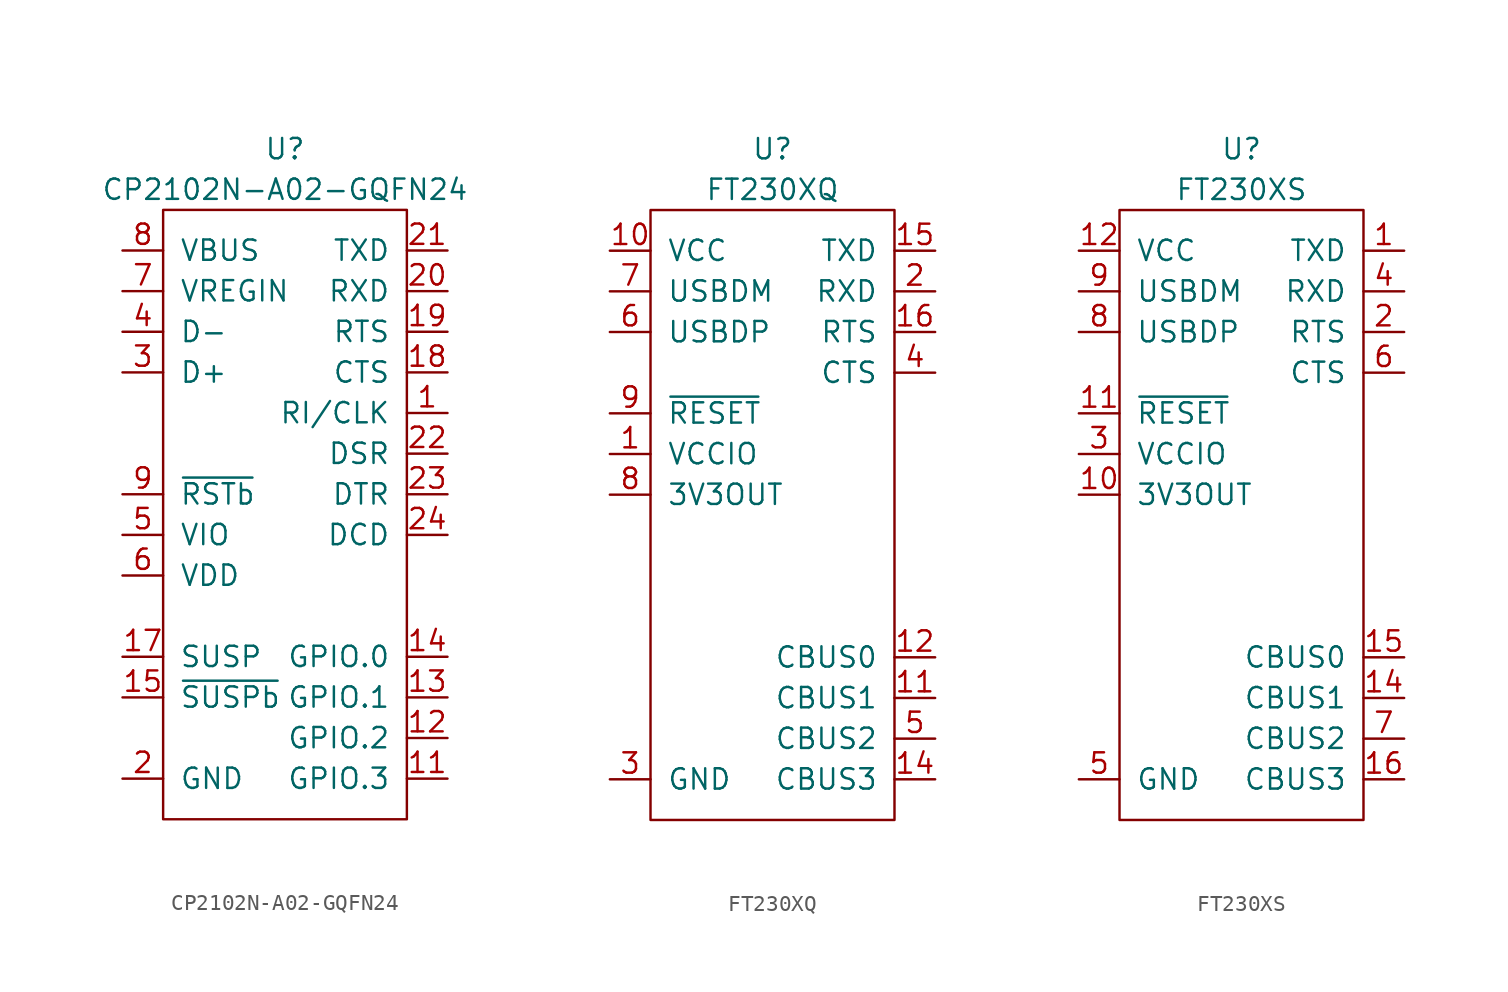
<source format=kicad_sym>
(kicad_symbol_lib
  (version 20211014)
  (generator kicad_symbol_editor)
  (symbol "CP2102N-A02-GQFN24"
    (pin_names
      (offset 1.016))
    (property "Reference" "U"
      (at 0 22.86 0)
      (effects (font (size 1.27 1.27))))
    (property "Value" "CP2102N-A02-GQFN24"
      (at 0 20.32 0)
      (effects (font (size 1.27 1.27))))
    (symbol "CP2102N-A02-GQFN24_0_1"
      (rectangle (start -7.62 19.05) (end 7.62 -19.05) (stroke (width 0) (type default) (color 0 0 0 0)) (fill (type none))))
    (symbol "CP2102N-A02-GQFN24_1_1"
      (pin input line (at 10.16 6.35 180) (length 2.54) (name "RI/CLK" (effects (font (size 1.27 1.27)))) (number "1" (effects (font (size 1.27 1.27)))))
      (pin no_connect line (at 1.27 -19.05 90) (length 0) hide (name "NC" (effects (font (size 1.27 1.27)))) (number "10" (effects (font (size 1.27 1.27)))))
      (pin bidirectional line (at 10.16 -16.51 180) (length 2.54) (name "GPIO.3" (effects (font (size 1.27 1.27)))) (number "11" (effects (font (size 1.27 1.27)))))
      (pin bidirectional line (at 10.16 -13.97 180) (length 2.54) (name "GPIO.2" (effects (font (size 1.27 1.27)))) (number "12" (effects (font (size 1.27 1.27)))))
      (pin bidirectional line (at 10.16 -11.43 180) (length 2.54) (name "GPIO.1" (effects (font (size 1.27 1.27)))) (number "13" (effects (font (size 1.27 1.27)))))
      (pin bidirectional line (at 10.16 -8.89 180) (length 2.54) (name "GPIO.0" (effects (font (size 1.27 1.27)))) (number "14" (effects (font (size 1.27 1.27)))))
      (pin output line (at -10.16 -11.43 0) (length 2.54) (name "~{SUSPb}" (effects (font (size 1.27 1.27)))) (number "15" (effects (font (size 1.27 1.27)))))
      (pin no_connect line (at -1.27 -19.05 90) (length 0) hide (name "NC" (effects (font (size 1.27 1.27)))) (number "16" (effects (font (size 1.27 1.27)))))
      (pin output line (at -10.16 -8.89 0) (length 2.54) (name "SUSP" (effects (font (size 1.27 1.27)))) (number "17" (effects (font (size 1.27 1.27)))))
      (pin input line (at 10.16 8.89 180) (length 2.54) (name "CTS" (effects (font (size 1.27 1.27)))) (number "18" (effects (font (size 1.27 1.27)))))
      (pin output line (at 10.16 11.43 180) (length 2.54) (name "RTS" (effects (font (size 1.27 1.27)))) (number "19" (effects (font (size 1.27 1.27)))))
      (pin power_in line (at -10.16 -16.51 0) (length 2.54) (name "GND" (effects (font (size 1.27 1.27)))) (number "2" (effects (font (size 1.27 1.27)))))
      (pin input line (at 10.16 13.97 180) (length 2.54) (name "RXD" (effects (font (size 1.27 1.27)))) (number "20" (effects (font (size 1.27 1.27)))))
      (pin output line (at 10.16 16.51 180) (length 2.54) (name "TXD" (effects (font (size 1.27 1.27)))) (number "21" (effects (font (size 1.27 1.27)))))
      (pin input line (at 10.16 3.81 180) (length 2.54) (name "DSR" (effects (font (size 1.27 1.27)))) (number "22" (effects (font (size 1.27 1.27)))))
      (pin output line (at 10.16 1.27 180) (length 2.54) (name "DTR" (effects (font (size 1.27 1.27)))) (number "23" (effects (font (size 1.27 1.27)))))
      (pin input line (at 10.16 -1.27 180) (length 2.54) (name "DCD" (effects (font (size 1.27 1.27)))) (number "24" (effects (font (size 1.27 1.27)))))
      (pin power_in line (at -10.16 -16.51 0) (length 2.54) hide (name "GND" (effects (font (size 1.27 1.27)))) (number "25" (effects (font (size 1.27 1.27)))))
      (pin bidirectional line (at -10.16 8.89 0) (length 2.54) (name "D+" (effects (font (size 1.27 1.27)))) (number "3" (effects (font (size 1.27 1.27)))))
      (pin bidirectional line (at -10.16 11.43 0) (length 2.54) (name "D-" (effects (font (size 1.27 1.27)))) (number "4" (effects (font (size 1.27 1.27)))))
      (pin power_in line (at -10.16 -1.27 0) (length 2.54) (name "VIO" (effects (font (size 1.27 1.27)))) (number "5" (effects (font (size 1.27 1.27)))))
      (pin power_out line (at -10.16 -3.81 0) (length 2.54) (name "VDD" (effects (font (size 1.27 1.27)))) (number "6" (effects (font (size 1.27 1.27)))))
      (pin power_in line (at -10.16 13.97 0) (length 2.54) (name "VREGIN" (effects (font (size 1.27 1.27)))) (number "7" (effects (font (size 1.27 1.27)))))
      (pin input line (at -10.16 16.51 0) (length 2.54) (name "VBUS" (effects (font (size 1.27 1.27)))) (number "8" (effects (font (size 1.27 1.27)))))
      (pin input line (at -10.16 1.27 0) (length 2.54) (name "~{RSTb}" (effects (font (size 1.27 1.27)))) (number "9" (effects (font (size 1.27 1.27)))))))
  (symbol "FT230XQ"
    (pin_names
      (offset 1.016))
    (property "Reference" "U"
      (at 0 22.86 0)
      (effects (font (size 1.27 1.27))))
    (property "Value" "FT230XQ"
      (at 0 20.32 0)
      (effects (font (size 1.27 1.27))))
    (symbol "FT230XQ_0_1"
      (rectangle (start -7.62 19.05) (end 7.62 -19.05) (stroke (width 0) (type default) (color 0 0 0 0)) (fill (type none))))
    (symbol "FT230XQ_1_1"
      (pin power_in line (at -10.16 3.81 0) (length 2.54) (name "VCCIO" (effects (font (size 1.27 1.27)))) (number "1" (effects (font (size 1.27 1.27)))))
      (pin power_in line (at -10.16 16.51 0) (length 2.54) (name "VCC" (effects (font (size 1.27 1.27)))) (number "10" (effects (font (size 1.27 1.27)))))
      (pin bidirectional line (at 10.16 -11.43 180) (length 2.54) (name "CBUS1" (effects (font (size 1.27 1.27)))) (number "11" (effects (font (size 1.27 1.27)))))
      (pin bidirectional line (at 10.16 -8.89 180) (length 2.54) (name "CBUS0" (effects (font (size 1.27 1.27)))) (number "12" (effects (font (size 1.27 1.27)))))
      (pin power_in line (at -10.16 -16.51 0) (length 2.54) hide (name "GND" (effects (font (size 1.27 1.27)))) (number "13" (effects (font (size 1.27 1.27)))))
      (pin bidirectional line (at 10.16 -16.51 180) (length 2.54) (name "CBUS3" (effects (font (size 1.27 1.27)))) (number "14" (effects (font (size 1.27 1.27)))))
      (pin output line (at 10.16 16.51 180) (length 2.54) (name "TXD" (effects (font (size 1.27 1.27)))) (number "15" (effects (font (size 1.27 1.27)))))
      (pin output line (at 10.16 11.43 180) (length 2.54) (name "RTS" (effects (font (size 1.27 1.27)))) (number "16" (effects (font (size 1.27 1.27)))))
      (pin power_in line (at -10.16 -16.51 0) (length 2.54) hide (name "GND" (effects (font (size 1.27 1.27)))) (number "17" (effects (font (size 1.27 1.27)))))
      (pin input line (at 10.16 13.97 180) (length 2.54) (name "RXD" (effects (font (size 1.27 1.27)))) (number "2" (effects (font (size 1.27 1.27)))))
      (pin power_in line (at -10.16 -16.51 0) (length 2.54) (name "GND" (effects (font (size 1.27 1.27)))) (number "3" (effects (font (size 1.27 1.27)))))
      (pin input line (at 10.16 8.89 180) (length 2.54) (name "CTS" (effects (font (size 1.27 1.27)))) (number "4" (effects (font (size 1.27 1.27)))))
      (pin bidirectional line (at 10.16 -13.97 180) (length 2.54) (name "CBUS2" (effects (font (size 1.27 1.27)))) (number "5" (effects (font (size 1.27 1.27)))))
      (pin bidirectional line (at -10.16 11.43 0) (length 2.54) (name "USBDP" (effects (font (size 1.27 1.27)))) (number "6" (effects (font (size 1.27 1.27)))))
      (pin bidirectional line (at -10.16 13.97 0) (length 2.54) (name "USBDM" (effects (font (size 1.27 1.27)))) (number "7" (effects (font (size 1.27 1.27)))))
      (pin power_out line (at -10.16 1.27 0) (length 2.54) (name "3V3OUT" (effects (font (size 1.27 1.27)))) (number "8" (effects (font (size 1.27 1.27)))))
      (pin input line (at -10.16 6.35 0) (length 2.54) (name "~{RESET}" (effects (font (size 1.27 1.27)))) (number "9" (effects (font (size 1.27 1.27)))))))
  (symbol "FT230XS"
    (pin_names
      (offset 1.016))
    (property "Reference" "U"
      (at 0 22.86 0)
      (effects (font (size 1.27 1.27))))
    (property "Value" "FT230XS"
      (at 0 20.32 0)
      (effects (font (size 1.27 1.27))))
    (symbol "FT230XS_0_1"
      (rectangle (start -7.62 19.05) (end 7.62 -19.05) (stroke (width 0) (type default) (color 0 0 0 0)) (fill (type none))))
    (symbol "FT230XS_1_1"
      (pin output line (at 10.16 16.51 180) (length 2.54) (name "TXD" (effects (font (size 1.27 1.27)))) (number "1" (effects (font (size 1.27 1.27)))))
      (pin power_out line (at -10.16 1.27 0) (length 2.54) (name "3V3OUT" (effects (font (size 1.27 1.27)))) (number "10" (effects (font (size 1.27 1.27)))))
      (pin input line (at -10.16 6.35 0) (length 2.54) (name "~{RESET}" (effects (font (size 1.27 1.27)))) (number "11" (effects (font (size 1.27 1.27)))))
      (pin power_in line (at -10.16 16.51 0) (length 2.54) (name "VCC" (effects (font (size 1.27 1.27)))) (number "12" (effects (font (size 1.27 1.27)))))
      (pin power_in line (at -10.16 -16.51 0) (length 2.54) hide (name "GND" (effects (font (size 1.27 1.27)))) (number "13" (effects (font (size 1.27 1.27)))))
      (pin bidirectional line (at 10.16 -11.43 180) (length 2.54) (name "CBUS1" (effects (font (size 1.27 1.27)))) (number "14" (effects (font (size 1.27 1.27)))))
      (pin bidirectional line (at 10.16 -8.89 180) (length 2.54) (name "CBUS0" (effects (font (size 1.27 1.27)))) (number "15" (effects (font (size 1.27 1.27)))))
      (pin bidirectional line (at 10.16 -16.51 180) (length 2.54) (name "CBUS3" (effects (font (size 1.27 1.27)))) (number "16" (effects (font (size 1.27 1.27)))))
      (pin output line (at 10.16 11.43 180) (length 2.54) (name "RTS" (effects (font (size 1.27 1.27)))) (number "2" (effects (font (size 1.27 1.27)))))
      (pin power_in line (at -10.16 3.81 0) (length 2.54) (name "VCCIO" (effects (font (size 1.27 1.27)))) (number "3" (effects (font (size 1.27 1.27)))))
      (pin input line (at 10.16 13.97 180) (length 2.54) (name "RXD" (effects (font (size 1.27 1.27)))) (number "4" (effects (font (size 1.27 1.27)))))
      (pin power_in line (at -10.16 -16.51 0) (length 2.54) (name "GND" (effects (font (size 1.27 1.27)))) (number "5" (effects (font (size 1.27 1.27)))))
      (pin input line (at 10.16 8.89 180) (length 2.54) (name "CTS" (effects (font (size 1.27 1.27)))) (number "6" (effects (font (size 1.27 1.27)))))
      (pin bidirectional line (at 10.16 -13.97 180) (length 2.54) (name "CBUS2" (effects (font (size 1.27 1.27)))) (number "7" (effects (font (size 1.27 1.27)))))
      (pin bidirectional line (at -10.16 11.43 0) (length 2.54) (name "USBDP" (effects (font (size 1.27 1.27)))) (number "8" (effects (font (size 1.27 1.27)))))
      (pin bidirectional line (at -10.16 13.97 0) (length 2.54) (name "USBDM" (effects (font (size 1.27 1.27)))) (number "9" (effects (font (size 1.27 1.27))))))))
</source>
